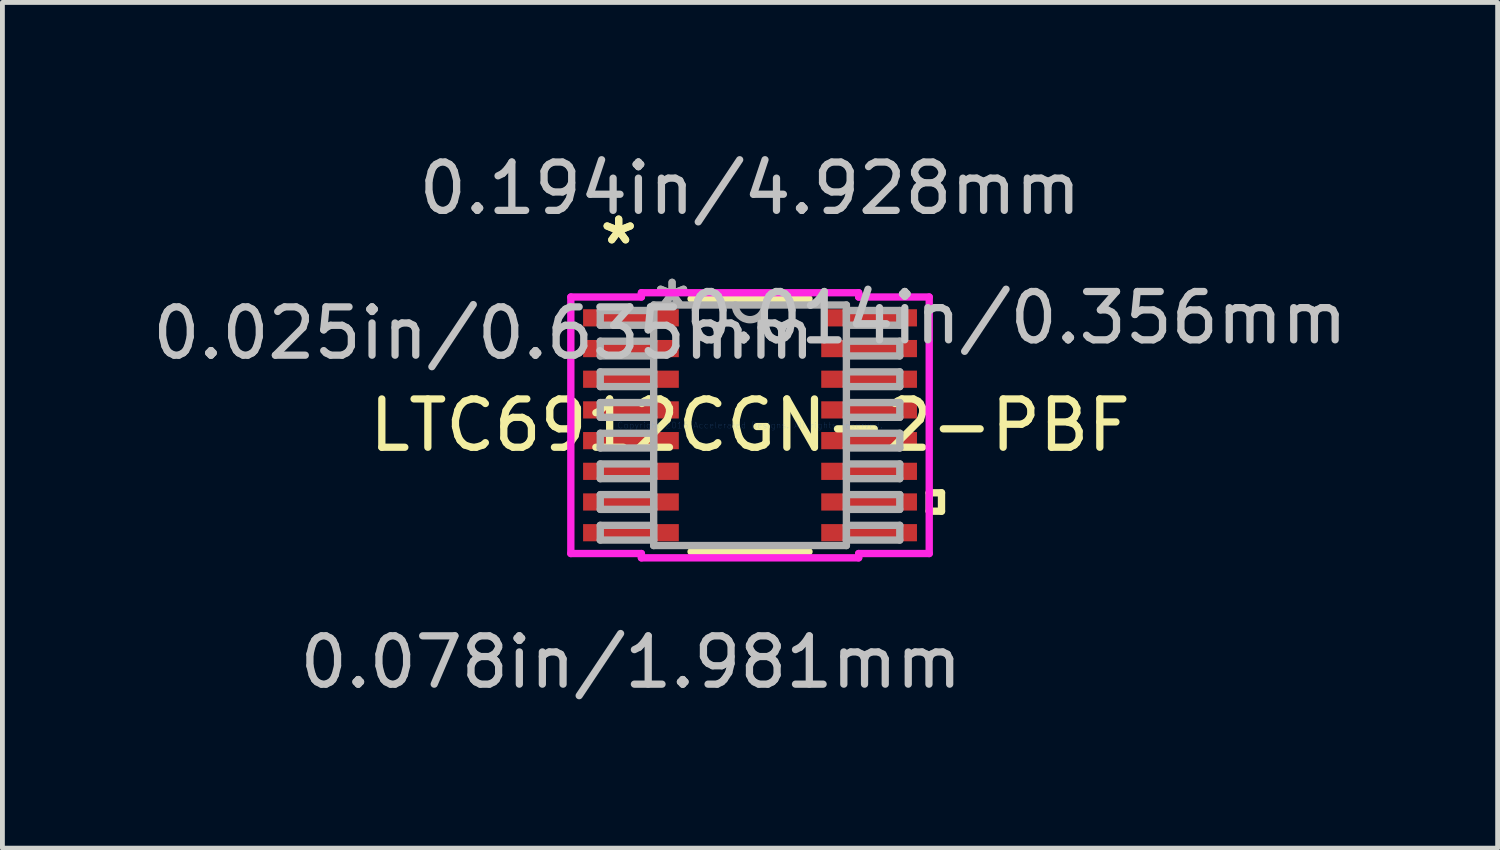
<source format=kicad_pcb>
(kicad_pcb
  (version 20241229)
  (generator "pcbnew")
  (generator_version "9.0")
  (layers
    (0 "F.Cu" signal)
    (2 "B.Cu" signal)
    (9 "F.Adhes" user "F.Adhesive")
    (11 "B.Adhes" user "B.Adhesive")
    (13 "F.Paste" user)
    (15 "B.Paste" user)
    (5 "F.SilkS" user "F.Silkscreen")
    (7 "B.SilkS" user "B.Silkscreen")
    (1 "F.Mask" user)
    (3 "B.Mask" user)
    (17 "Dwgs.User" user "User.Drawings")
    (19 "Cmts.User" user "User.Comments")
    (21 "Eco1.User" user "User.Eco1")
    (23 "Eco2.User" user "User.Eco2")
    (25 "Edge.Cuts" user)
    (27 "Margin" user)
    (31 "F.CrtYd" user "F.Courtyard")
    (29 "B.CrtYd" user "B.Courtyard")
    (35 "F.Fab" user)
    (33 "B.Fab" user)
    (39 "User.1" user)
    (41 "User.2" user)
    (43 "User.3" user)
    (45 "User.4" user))
  (footprint "LTC6912CGN-2-PBF"
    (layer "F.Cu")
    (at 12.47 5.75)
    (property "Reference" "LTC6912CGN-2-PBF" (at 0 0 0) (layer "F.SilkS") (effects (font (size 1 1) (thickness 0.15))))
    (attr through_hole)
    (fp_line (start -1.22 2.616) (end 1.22 2.616) (stroke (width 0.152) (type solid)) (layer "F.SilkS"))
    (fp_line (start 1.22 -2.616) (end -1.22 -2.616) (stroke (width 0.152) (type solid)) (layer "F.SilkS"))
    (fp_line (start 3.708 1.397) (end 3.962 1.397) (stroke (width 0.152) (type solid)) (layer "F.SilkS"))
    (fp_line (start 3.708 1.778) (end 3.708 1.397) (stroke (width 0.152) (type solid)) (layer "F.SilkS"))
    (fp_line (start 3.962 1.397) (end 3.962 1.778) (stroke (width 0.152) (type solid)) (layer "F.SilkS"))
    (fp_line (start 3.962 1.778) (end 3.708 1.778) (stroke (width 0.152) (type solid)) (layer "F.SilkS"))
    (fp_line (start -3.708 -2.654) (end -2.248 -2.654) (stroke (width 0.152) (type solid)) (layer "F.CrtYd"))
    (fp_line (start -3.708 2.654) (end -3.708 -2.654) (stroke (width 0.152) (type solid)) (layer "F.CrtYd"))
    (fp_line (start -2.248 -2.743) (end 2.248 -2.743) (stroke (width 0.152) (type solid)) (layer "F.CrtYd"))
    (fp_line (start -2.248 -2.654) (end -2.248 -2.743) (stroke (width 0.152) (type solid)) (layer "F.CrtYd"))
    (fp_line (start -2.248 2.654) (end -3.708 2.654) (stroke (width 0.152) (type solid)) (layer "F.CrtYd"))
    (fp_line (start -2.248 2.743) (end -2.248 2.654) (stroke (width 0.152) (type solid)) (layer "F.CrtYd"))
    (fp_line (start 2.248 -2.743) (end 2.248 -2.654) (stroke (width 0.152) (type solid)) (layer "F.CrtYd"))
    (fp_line (start 2.248 -2.654) (end 3.708 -2.654) (stroke (width 0.152) (type solid)) (layer "F.CrtYd"))
    (fp_line (start 2.248 2.654) (end 2.248 2.743) (stroke (width 0.152) (type solid)) (layer "F.CrtYd"))
    (fp_line (start 2.248 2.743) (end -2.248 2.743) (stroke (width 0.152) (type solid)) (layer "F.CrtYd"))
    (fp_line (start 3.708 -2.654) (end 3.708 2.654) (stroke (width 0.152) (type solid)) (layer "F.CrtYd"))
    (fp_line (start 3.708 2.654) (end 2.248 2.654) (stroke (width 0.152) (type solid)) (layer "F.CrtYd"))
    (fp_line (start -3.099 -2.375) (end -3.099 -2.07) (stroke (width 0.152) (type solid)) (layer "F.Fab"))
    (fp_line (start -3.099 -2.07) (end -1.994 -2.07) (stroke (width 0.152) (type solid)) (layer "F.Fab"))
    (fp_line (start -3.099 -1.74) (end -3.099 -1.435) (stroke (width 0.152) (type solid)) (layer "F.Fab"))
    (fp_line (start -3.099 -1.435) (end -1.994 -1.435) (stroke (width 0.152) (type solid)) (layer "F.Fab"))
    (fp_line (start -3.099 -1.105) (end -3.099 -0.8) (stroke (width 0.152) (type solid)) (layer "F.Fab"))
    (fp_line (start -3.099 -0.8) (end -1.994 -0.8) (stroke (width 0.152) (type solid)) (layer "F.Fab"))
    (fp_line (start -3.099 -0.47) (end -3.099 -0.165) (stroke (width 0.152) (type solid)) (layer "F.Fab"))
    (fp_line (start -3.099 -0.165) (end -1.994 -0.165) (stroke (width 0.152) (type solid)) (layer "F.Fab"))
    (fp_line (start -3.099 0.165) (end -3.099 0.47) (stroke (width 0.152) (type solid)) (layer "F.Fab"))
    (fp_line (start -3.099 0.47) (end -1.994 0.47) (stroke (width 0.152) (type solid)) (layer "F.Fab"))
    (fp_line (start -3.099 0.8) (end -3.099 1.105) (stroke (width 0.152) (type solid)) (layer "F.Fab"))
    (fp_line (start -3.099 1.105) (end -1.994 1.105) (stroke (width 0.152) (type solid)) (layer "F.Fab"))
    (fp_line (start -3.099 1.435) (end -3.099 1.74) (stroke (width 0.152) (type solid)) (layer "F.Fab"))
    (fp_line (start -3.099 1.74) (end -1.994 1.74) (stroke (width 0.152) (type solid)) (layer "F.Fab"))
    (fp_line (start -3.099 2.07) (end -3.099 2.375) (stroke (width 0.152) (type solid)) (layer "F.Fab"))
    (fp_line (start -3.099 2.375) (end -1.994 2.375) (stroke (width 0.152) (type solid)) (layer "F.Fab"))
    (fp_line (start -1.994 -2.489) (end -1.994 2.489) (stroke (width 0.152) (type solid)) (layer "F.Fab"))
    (fp_line (start -1.994 -2.375) (end -3.099 -2.375) (stroke (width 0.152) (type solid)) (layer "F.Fab"))
    (fp_line (start -1.994 -2.07) (end -1.994 -2.375) (stroke (width 0.152) (type solid)) (layer "F.Fab"))
    (fp_line (start -1.994 -1.74) (end -3.099 -1.74) (stroke (width 0.152) (type solid)) (layer "F.Fab"))
    (fp_line (start -1.994 -1.435) (end -1.994 -1.74) (stroke (width 0.152) (type solid)) (layer "F.Fab"))
    (fp_line (start -1.994 -1.105) (end -3.099 -1.105) (stroke (width 0.152) (type solid)) (layer "F.Fab"))
    (fp_line (start -1.994 -0.8) (end -1.994 -1.105) (stroke (width 0.152) (type solid)) (layer "F.Fab"))
    (fp_line (start -1.994 -0.47) (end -3.099 -0.47) (stroke (width 0.152) (type solid)) (layer "F.Fab"))
    (fp_line (start -1.994 -0.165) (end -1.994 -0.47) (stroke (width 0.152) (type solid)) (layer "F.Fab"))
    (fp_line (start -1.994 0.165) (end -3.099 0.165) (stroke (width 0.152) (type solid)) (layer "F.Fab"))
    (fp_line (start -1.994 0.47) (end -1.994 0.165) (stroke (width 0.152) (type solid)) (layer "F.Fab"))
    (fp_line (start -1.994 0.8) (end -3.099 0.8) (stroke (width 0.152) (type solid)) (layer "F.Fab"))
    (fp_line (start -1.994 1.105) (end -1.994 0.8) (stroke (width 0.152) (type solid)) (layer "F.Fab"))
    (fp_line (start -1.994 1.435) (end -3.099 1.435) (stroke (width 0.152) (type solid)) (layer "F.Fab"))
    (fp_line (start -1.994 1.74) (end -1.994 1.435) (stroke (width 0.152) (type solid)) (layer "F.Fab"))
    (fp_line (start -1.994 2.07) (end -3.099 2.07) (stroke (width 0.152) (type solid)) (layer "F.Fab"))
    (fp_line (start -1.994 2.375) (end -1.994 2.07) (stroke (width 0.152) (type solid)) (layer "F.Fab"))
    (fp_line (start -1.994 2.489) (end 1.994 2.489) (stroke (width 0.152) (type solid)) (layer "F.Fab"))
    (fp_line (start 1.994 -2.489) (end -1.994 -2.489) (stroke (width 0.152) (type solid)) (layer "F.Fab"))
    (fp_line (start 1.994 -2.375) (end 1.994 -2.07) (stroke (width 0.152) (type solid)) (layer "F.Fab"))
    (fp_line (start 1.994 -2.07) (end 3.099 -2.07) (stroke (width 0.152) (type solid)) (layer "F.Fab"))
    (fp_line (start 1.994 -1.74) (end 1.994 -1.435) (stroke (width 0.152) (type solid)) (layer "F.Fab"))
    (fp_line (start 1.994 -1.435) (end 3.099 -1.435) (stroke (width 0.152) (type solid)) (layer "F.Fab"))
    (fp_line (start 1.994 -1.105) (end 1.994 -0.8) (stroke (width 0.152) (type solid)) (layer "F.Fab"))
    (fp_line (start 1.994 -0.8) (end 3.099 -0.8) (stroke (width 0.152) (type solid)) (layer "F.Fab"))
    (fp_line (start 1.994 -0.47) (end 1.994 -0.165) (stroke (width 0.152) (type solid)) (layer "F.Fab"))
    (fp_line (start 1.994 -0.165) (end 3.099 -0.165) (stroke (width 0.152) (type solid)) (layer "F.Fab"))
    (fp_line (start 1.994 0.165) (end 1.994 0.47) (stroke (width 0.152) (type solid)) (layer "F.Fab"))
    (fp_line (start 1.994 0.47) (end 3.099 0.47) (stroke (width 0.152) (type solid)) (layer "F.Fab"))
    (fp_line (start 1.994 0.8) (end 1.994 1.105) (stroke (width 0.152) (type solid)) (layer "F.Fab"))
    (fp_line (start 1.994 1.105) (end 3.099 1.105) (stroke (width 0.152) (type solid)) (layer "F.Fab"))
    (fp_line (start 1.994 1.435) (end 1.994 1.74) (stroke (width 0.152) (type solid)) (layer "F.Fab"))
    (fp_line (start 1.994 1.74) (end 3.099 1.74) (stroke (width 0.152) (type solid)) (layer "F.Fab"))
    (fp_line (start 1.994 2.07) (end 1.994 2.375) (stroke (width 0.152) (type solid)) (layer "F.Fab"))
    (fp_line (start 1.994 2.375) (end 3.099 2.375) (stroke (width 0.152) (type solid)) (layer "F.Fab"))
    (fp_line (start 1.994 2.489) (end 1.994 -2.489) (stroke (width 0.152) (type solid)) (layer "F.Fab"))
    (fp_line (start 3.099 -2.375) (end 1.994 -2.375) (stroke (width 0.152) (type solid)) (layer "F.Fab"))
    (fp_line (start 3.099 -2.07) (end 3.099 -2.375) (stroke (width 0.152) (type solid)) (layer "F.Fab"))
    (fp_line (start 3.099 -1.74) (end 1.994 -1.74) (stroke (width 0.152) (type solid)) (layer "F.Fab"))
    (fp_line (start 3.099 -1.435) (end 3.099 -1.74) (stroke (width 0.152) (type solid)) (layer "F.Fab"))
    (fp_line (start 3.099 -1.105) (end 1.994 -1.105) (stroke (width 0.152) (type solid)) (layer "F.Fab"))
    (fp_line (start 3.099 -0.8) (end 3.099 -1.105) (stroke (width 0.152) (type solid)) (layer "F.Fab"))
    (fp_line (start 3.099 -0.47) (end 1.994 -0.47) (stroke (width 0.152) (type solid)) (layer "F.Fab"))
    (fp_line (start 3.099 -0.165) (end 3.099 -0.47) (stroke (width 0.152) (type solid)) (layer "F.Fab"))
    (fp_line (start 3.099 0.165) (end 1.994 0.165) (stroke (width 0.152) (type solid)) (layer "F.Fab"))
    (fp_line (start 3.099 0.47) (end 3.099 0.165) (stroke (width 0.152) (type solid)) (layer "F.Fab"))
    (fp_line (start 3.099 0.8) (end 1.994 0.8) (stroke (width 0.152) (type solid)) (layer "F.Fab"))
    (fp_line (start 3.099 1.105) (end 3.099 0.8) (stroke (width 0.152) (type solid)) (layer "F.Fab"))
    (fp_line (start 3.099 1.435) (end 1.994 1.435) (stroke (width 0.152) (type solid)) (layer "F.Fab"))
    (fp_line (start 3.099 1.74) (end 3.099 1.435) (stroke (width 0.152) (type solid)) (layer "F.Fab"))
    (fp_line (start 3.099 2.07) (end 1.994 2.07) (stroke (width 0.152) (type solid)) (layer "F.Fab"))
    (fp_line (start 3.099 2.375) (end 3.099 2.07) (stroke (width 0.152) (type solid)) (layer "F.Fab"))
    (fp_arc (start 0.3048 -2.4892) (mid 0 -2.1844) (end -0.3048 -2.4892) (stroke (width 0.1524) (type solid)) (layer "F.Fab"))
    (fp_text user "*" (at -2.718 -3.721 0) (layer "F.SilkS") (effects (font (size 1 1) (thickness 0.15))))
    (fp_text user "*" (at -2.718 -3.721 0) (layer "F.SilkS") (effects (font (size 1 1) (thickness 0.15))))
    (fp_text user "0.078in/1.981mm" (at -2.464 4.902 0) (layer "Dwgs.User") (effects (font (size 1 1) (thickness 0.15))))
    (fp_text user "0.014in/0.356mm" (at 5.512 -2.223 0) (layer "Dwgs.User") (effects (font (size 1 1) (thickness 0.15))))
    (fp_text user "0.025in/0.635mm" (at -5.512 -1.905 0) (layer "Dwgs.User") (effects (font (size 1 1) (thickness 0.15))))
    (fp_text user "0.194in/4.928mm" (at 0 -4.902 0) (layer "Dwgs.User") (effects (font (size 1 1) (thickness 0.15))))
    (fp_text user "Copyright 2016 Accelerated Designs. All rights reserved." (at 0 0 0) (layer "Cmts.User") (effects (font (size 0.127 0.127) (thickness 0.002))))
    (fp_text user "*" (at -1.613 -2.413 0) (layer "F.Fab") (effects (font (size 1 1) (thickness 0.15))))
    (fp_text user "*" (at -1.613 -2.413 0) (layer "F.Fab") (effects (font (size 1 1) (thickness 0.15))))
    (pad "1" smd rect (at -2.464 -2.223) (size 1.981 0.356) (layers "F.Cu" "F.Mask" "F.Paste"))
    (pad "2" smd rect (at -2.464 -1.587) (size 1.981 0.356) (layers "F.Cu" "F.Mask" "F.Paste"))
    (pad "3" smd rect (at -2.464 -0.953) (size 1.981 0.356) (layers "F.Cu" "F.Mask" "F.Paste"))
    (pad "4" smd rect (at -2.464 -0.318) (size 1.981 0.356) (layers "F.Cu" "F.Mask" "F.Paste"))
    (pad "5" smd rect (at -2.464 0.318) (size 1.981 0.356) (layers "F.Cu" "F.Mask" "F.Paste"))
    (pad "6" smd rect (at -2.464 0.953) (size 1.981 0.356) (layers "F.Cu" "F.Mask" "F.Paste"))
    (pad "7" smd rect (at -2.464 1.587) (size 1.981 0.356) (layers "F.Cu" "F.Mask" "F.Paste"))
    (pad "8" smd rect (at -2.464 2.223) (size 1.981 0.356) (layers "F.Cu" "F.Mask" "F.Paste"))
    (pad "9" smd rect (at 2.464 2.223) (size 1.981 0.356) (layers "F.Cu" "F.Mask" "F.Paste"))
    (pad "10" smd rect (at 2.464 1.587) (size 1.981 0.356) (layers "F.Cu" "F.Mask" "F.Paste"))
    (pad "11" smd rect (at 2.464 0.953) (size 1.981 0.356) (layers "F.Cu" "F.Mask" "F.Paste"))
    (pad "12" smd rect (at 2.464 0.318) (size 1.981 0.356) (layers "F.Cu" "F.Mask" "F.Paste"))
    (pad "13" smd rect (at 2.464 -0.318) (size 1.981 0.356) (layers "F.Cu" "F.Mask" "F.Paste"))
    (pad "14" smd rect (at 2.464 -0.953) (size 1.981 0.356) (layers "F.Cu" "F.Mask" "F.Paste"))
    (pad "15" smd rect (at 2.464 -1.587) (size 1.981 0.356) (layers "F.Cu" "F.Mask" "F.Paste"))
    (pad "16" smd rect (at 2.464 -2.223) (size 1.981 0.356) (layers "F.Cu" "F.Mask" "F.Paste")))
  (gr_rect
    (start -3 -3)
    (end 27.94 14.501)
    (stroke (width 0.1) (type default))
    (fill no)
    (layer "Edge.Cuts")))
</source>
